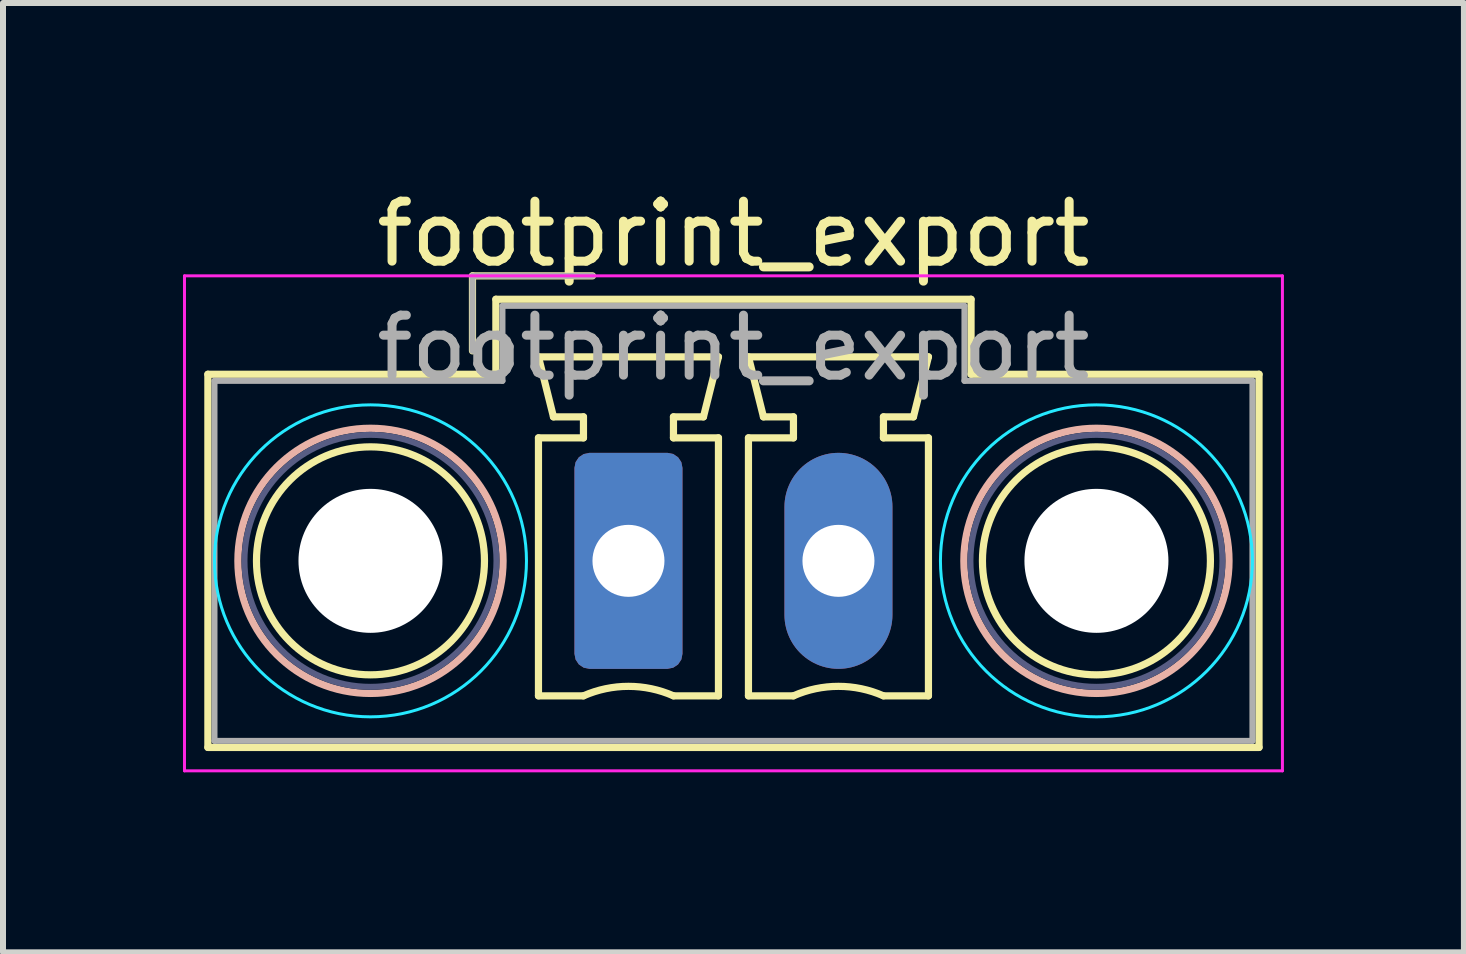
<source format=kicad_pcb>
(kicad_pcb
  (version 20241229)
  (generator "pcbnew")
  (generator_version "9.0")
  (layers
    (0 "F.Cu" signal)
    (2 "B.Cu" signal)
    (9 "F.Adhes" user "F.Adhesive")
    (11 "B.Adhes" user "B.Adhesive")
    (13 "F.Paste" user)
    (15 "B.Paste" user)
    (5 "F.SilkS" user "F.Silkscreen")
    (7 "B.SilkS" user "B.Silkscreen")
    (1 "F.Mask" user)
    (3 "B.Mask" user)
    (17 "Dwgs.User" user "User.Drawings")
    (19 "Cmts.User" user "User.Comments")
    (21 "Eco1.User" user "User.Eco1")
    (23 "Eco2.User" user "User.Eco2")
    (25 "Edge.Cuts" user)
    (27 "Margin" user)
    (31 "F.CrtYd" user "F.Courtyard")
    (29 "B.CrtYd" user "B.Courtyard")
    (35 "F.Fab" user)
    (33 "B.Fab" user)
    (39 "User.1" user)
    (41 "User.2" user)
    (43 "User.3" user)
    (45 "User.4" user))
  (footprint "footprint_export"
    (layer "F.Cu")
    (at 7.425 6.298)
    (property "Reference" "footprint_export" (at 1.75 -5.45 0) (layer "F.SilkS") (effects (font (size 1 1) (thickness 0.15))))
    (attr through_hole)
    (fp_line (start -7.01 -3.11) (end -7.01 3.11) (stroke (width 0.12) (type solid)) (layer "F.SilkS"))
    (fp_line (start -7.01 3.11) (end 10.51 3.11) (stroke (width 0.12) (type solid)) (layer "F.SilkS"))
    (fp_line (start -2.6 -4.75) (end -0.6 -4.75) (stroke (width 0.12) (type solid)) (layer "F.SilkS"))
    (fp_line (start -2.6 -3.5) (end -2.6 -4.75) (stroke (width 0.12) (type solid)) (layer "F.SilkS"))
    (fp_line (start -2.21 -4.36) (end -2.21 -3.11) (stroke (width 0.12) (type solid)) (layer "F.SilkS"))
    (fp_line (start -2.21 -3.11) (end -7.01 -3.11) (stroke (width 0.12) (type solid)) (layer "F.SilkS"))
    (fp_line (start -1.5 -3.4) (end 1.5 -3.4) (stroke (width 0.12) (type solid)) (layer "F.SilkS"))
    (fp_line (start -1.5 -2.05) (end -0.75 -2.05) (stroke (width 0.12) (type solid)) (layer "F.SilkS"))
    (fp_line (start -1.5 2.25) (end -1.5 -2.05) (stroke (width 0.12) (type solid)) (layer "F.SilkS"))
    (fp_line (start -1.25 -2.4) (end -1.5 -3.4) (stroke (width 0.12) (type solid)) (layer "F.SilkS"))
    (fp_line (start -0.75 -2.4) (end -1.25 -2.4) (stroke (width 0.12) (type solid)) (layer "F.SilkS"))
    (fp_line (start -0.75 -2.05) (end -0.75 -2.4) (stroke (width 0.12) (type solid)) (layer "F.SilkS"))
    (fp_line (start -0.75 2.25) (end -1.5 2.25) (stroke (width 0.12) (type solid)) (layer "F.SilkS"))
    (fp_line (start 0.75 -2.4) (end 0.75 -2.05) (stroke (width 0.12) (type solid)) (layer "F.SilkS"))
    (fp_line (start 0.75 -2.05) (end 1.5 -2.05) (stroke (width 0.12) (type solid)) (layer "F.SilkS"))
    (fp_line (start 1.25 -2.4) (end 0.75 -2.4) (stroke (width 0.12) (type solid)) (layer "F.SilkS"))
    (fp_line (start 1.5 -3.4) (end 1.25 -2.4) (stroke (width 0.12) (type solid)) (layer "F.SilkS"))
    (fp_line (start 1.5 -2.05) (end 1.5 2.25) (stroke (width 0.12) (type solid)) (layer "F.SilkS"))
    (fp_line (start 1.5 2.25) (end 0.75 2.25) (stroke (width 0.12) (type solid)) (layer "F.SilkS"))
    (fp_line (start 2 -3.4) (end 5 -3.4) (stroke (width 0.12) (type solid)) (layer "F.SilkS"))
    (fp_line (start 2 -2.05) (end 2.75 -2.05) (stroke (width 0.12) (type solid)) (layer "F.SilkS"))
    (fp_line (start 2 2.25) (end 2 -2.05) (stroke (width 0.12) (type solid)) (layer "F.SilkS"))
    (fp_line (start 2.25 -2.4) (end 2 -3.4) (stroke (width 0.12) (type solid)) (layer "F.SilkS"))
    (fp_line (start 2.75 -2.4) (end 2.25 -2.4) (stroke (width 0.12) (type solid)) (layer "F.SilkS"))
    (fp_line (start 2.75 -2.05) (end 2.75 -2.4) (stroke (width 0.12) (type solid)) (layer "F.SilkS"))
    (fp_line (start 2.75 2.25) (end 2 2.25) (stroke (width 0.12) (type solid)) (layer "F.SilkS"))
    (fp_line (start 4.25 -2.4) (end 4.25 -2.05) (stroke (width 0.12) (type solid)) (layer "F.SilkS"))
    (fp_line (start 4.25 -2.05) (end 5 -2.05) (stroke (width 0.12) (type solid)) (layer "F.SilkS"))
    (fp_line (start 4.75 -2.4) (end 4.25 -2.4) (stroke (width 0.12) (type solid)) (layer "F.SilkS"))
    (fp_line (start 5 -3.4) (end 4.75 -2.4) (stroke (width 0.12) (type solid)) (layer "F.SilkS"))
    (fp_line (start 5 -2.05) (end 5 2.25) (stroke (width 0.12) (type solid)) (layer "F.SilkS"))
    (fp_line (start 5 2.25) (end 4.25 2.25) (stroke (width 0.12) (type solid)) (layer "F.SilkS"))
    (fp_line (start 5.71 -4.36) (end -2.21 -4.36) (stroke (width 0.12) (type solid)) (layer "F.SilkS"))
    (fp_line (start 5.71 -3.11) (end 5.71 -4.36) (stroke (width 0.12) (type solid)) (layer "F.SilkS"))
    (fp_line (start 10.51 -3.11) (end 5.71 -3.11) (stroke (width 0.12) (type solid)) (layer "F.SilkS"))
    (fp_line (start 10.51 3.11) (end 10.51 -3.11) (stroke (width 0.12) (type solid)) (layer "F.SilkS"))
    (fp_arc (start -0.75 2.25) (mid -0.000193 2.09191) (end 0.749647 2.249844) (stroke (width 0.12) (type solid)) (layer "F.SilkS"))
    (fp_arc (start 2.75 2.25) (mid 3.499807 2.09191) (end 4.249647 2.249844) (stroke (width 0.12) (type solid)) (layer "F.SilkS"))
    (fp_circle (center -4.3 0) (end -2.4 0) (stroke (width 0.12) (type solid)) (fill no) (layer "F.SilkS"))
    (fp_circle (center 7.8 0) (end 9.7 0) (stroke (width 0.12) (type solid)) (fill no) (layer "F.SilkS"))
    (fp_circle (center -4.3 0) (end -2.09 0) (stroke (width 0.12) (type solid)) (fill no) (layer "B.SilkS"))
    (fp_circle (center 7.8 0) (end 10.01 0) (stroke (width 0.12) (type solid)) (fill no) (layer "B.SilkS"))
    (fp_circle (center -4.3 0) (end -1.7 0) (stroke (width 0.05) (type solid)) (fill no) (layer "B.CrtYd"))
    (fp_circle (center 7.8 0) (end 10.4 0) (stroke (width 0.05) (type solid)) (fill no) (layer "B.CrtYd"))
    (fp_line (start -7.4 -4.75) (end -7.4 3.5) (stroke (width 0.05) (type solid)) (layer "F.CrtYd"))
    (fp_line (start -7.4 3.5) (end 10.9 3.5) (stroke (width 0.05) (type solid)) (layer "F.CrtYd"))
    (fp_line (start 10.9 -4.75) (end -7.4 -4.75) (stroke (width 0.05) (type solid)) (layer "F.CrtYd"))
    (fp_line (start 10.9 3.5) (end 10.9 -4.75) (stroke (width 0.05) (type solid)) (layer "F.CrtYd"))
    (fp_circle (center -4.3 0) (end -2.2 0) (stroke (width 0.1) (type solid)) (fill no) (layer "B.Fab"))
    (fp_circle (center 7.8 0) (end 9.9 0) (stroke (width 0.1) (type solid)) (fill no) (layer "B.Fab"))
    (fp_line (start -6.9 -3) (end -6.9 3) (stroke (width 0.1) (type solid)) (layer "F.Fab"))
    (fp_line (start -6.9 3) (end 10.4 3) (stroke (width 0.1) (type solid)) (layer "F.Fab"))
    (fp_line (start -2.6 -4.75) (end -0.6 -4.75) (stroke (width 0.1) (type solid)) (layer "F.Fab"))
    (fp_line (start -2.6 -3.5) (end -2.6 -4.75) (stroke (width 0.1) (type solid)) (layer "F.Fab"))
    (fp_line (start -2.1 -4.25) (end -2.1 -3) (stroke (width 0.1) (type solid)) (layer "F.Fab"))
    (fp_line (start -2.1 -3) (end -6.9 -3) (stroke (width 0.1) (type solid)) (layer "F.Fab"))
    (fp_line (start 5.6 -4.25) (end -2.1 -4.25) (stroke (width 0.1) (type solid)) (layer "F.Fab"))
    (fp_line (start 5.6 -3) (end 5.6 -4.25) (stroke (width 0.1) (type solid)) (layer "F.Fab"))
    (fp_line (start 10.4 -3) (end 5.6 -3) (stroke (width 0.1) (type solid)) (layer "F.Fab"))
    (fp_line (start 10.4 3) (end 10.4 -3) (stroke (width 0.1) (type solid)) (layer "F.Fab"))
    (fp_text user "${REFERENCE}" (at 1.75 -3.55 0) (layer "F.Fab") (effects (font (size 1 1) (thickness 0.15))))
    (pad "" np_thru_hole circle (at -4.3 0) (size 2.4 2.4) (drill 2.4) (layers "*.Cu" "*.Mask"))
    (pad "" np_thru_hole circle (at 7.8 0) (size 2.4 2.4) (drill 2.4) (layers "*.Cu" "*.Mask"))
    (pad "1" thru_hole roundrect (at 0 0) (size 1.8 3.6) (drill 1.2) (layers "*.Cu" "*.Mask") (roundrect_rratio 0.139))
    (pad "2" thru_hole oval (at 3.5 0) (size 1.8 3.6) (drill 1.2) (layers "*.Cu" "*.Mask")))
  (gr_rect
    (start -3 -3)
    (end 21.35 12.823)
    (stroke (width 0.1) (type default))
    (fill no)
    (layer "Edge.Cuts")))
</source>
